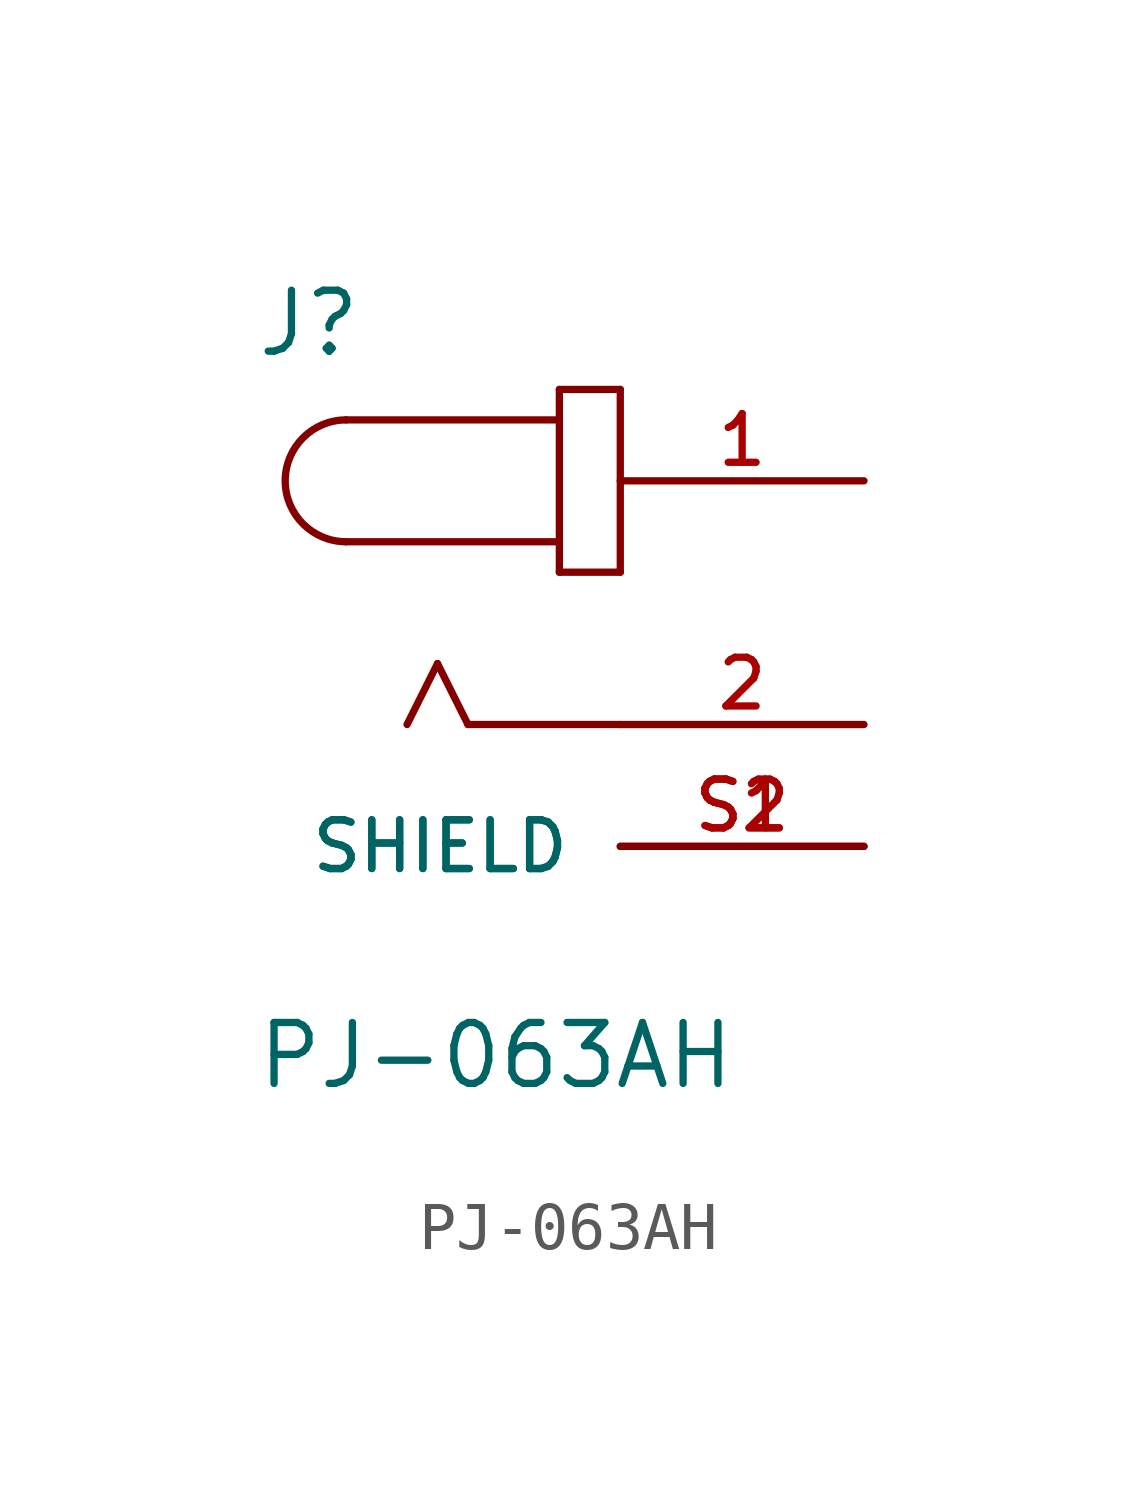
<source format=kicad_sym>
(kicad_symbol_lib
  (version 20211014)
  (generator kicad_symbol_editor)
  (symbol "PJ-063AH"
    (pin_names
      (offset 1.016))
    (property "Reference" "J"
      (at -7.62 5.08 0)
      (effects (font (size 1.27 1.27)) (justify left bottom)))
    (property "Value" "PJ-063AH"
      (at -7.62 -10.185 0)
      (effects (font (size 1.27 1.27)) (justify left bottom)))
    (property "ki_locked" ""
      (at 0 0 0)
      (effects (font (size 1.27 1.27))))
    (symbol "PJ-063AH_0_0"
      (arc (start -5.715 3.81) (mid -6.985 2.54) (end -5.715 1.27) (stroke (width 0.1524) (type default) (color 0 0 0 0)) (fill (type none)))
      (polyline (pts (xy -5.715 3.81) (xy -1.27 3.81)) (stroke (width 0.152) (type default) (color 0 0 0 0)) (fill (type none)))
      (polyline (pts (xy -3.81 -1.27) (xy -4.445 -2.54)) (stroke (width 0.152) (type default) (color 0 0 0 0)) (fill (type none)))
      (polyline (pts (xy -3.175 -2.54) (xy -3.81 -1.27)) (stroke (width 0.152) (type default) (color 0 0 0 0)) (fill (type none)))
      (polyline (pts (xy -1.27 0.635) (xy 0 0.635)) (stroke (width 0.152) (type default) (color 0 0 0 0)) (fill (type none)))
      (polyline (pts (xy -1.27 1.27) (xy -5.715 1.27)) (stroke (width 0.152) (type default) (color 0 0 0 0)) (fill (type none)))
      (polyline (pts (xy -1.27 1.27) (xy -1.27 0.635)) (stroke (width 0.152) (type default) (color 0 0 0 0)) (fill (type none)))
      (polyline (pts (xy -1.27 3.81) (xy -1.27 1.27)) (stroke (width 0.152) (type default) (color 0 0 0 0)) (fill (type none)))
      (polyline (pts (xy -1.27 4.445) (xy -1.27 3.81)) (stroke (width 0.152) (type default) (color 0 0 0 0)) (fill (type none)))
      (polyline (pts (xy 0 -2.54) (xy -3.175 -2.54)) (stroke (width 0.152) (type default) (color 0 0 0 0)) (fill (type none)))
      (polyline (pts (xy 0 0.635) (xy 0 4.445)) (stroke (width 0.152) (type default) (color 0 0 0 0)) (fill (type none)))
      (polyline (pts (xy 0 4.445) (xy -1.27 4.445)) (stroke (width 0.152) (type default) (color 0 0 0 0)) (fill (type none)))
      (pin passive line (at 5.08 2.54 180) (length 5.08) (name "~" (effects (font (size 1.016 1.016)))) (number "1" (effects (font (size 1.016 1.016)))))
      (pin passive line (at 5.08 -2.54 180) (length 5.08) (name "~" (effects (font (size 1.016 1.016)))) (number "2" (effects (font (size 1.016 1.016)))))
      (pin power_in line (at 5.08 -5.08 180) (length 5.08) (name "SHIELD" (effects (font (size 1.016 1.016)))) (number "S1" (effects (font (size 1.016 1.016)))))
      (pin power_in line (at 5.08 -5.08 180) (length 5.08) (name "SHIELD" (effects (font (size 1.016 1.016)))) (number "S2" (effects (font (size 1.016 1.016))))))))
</source>
